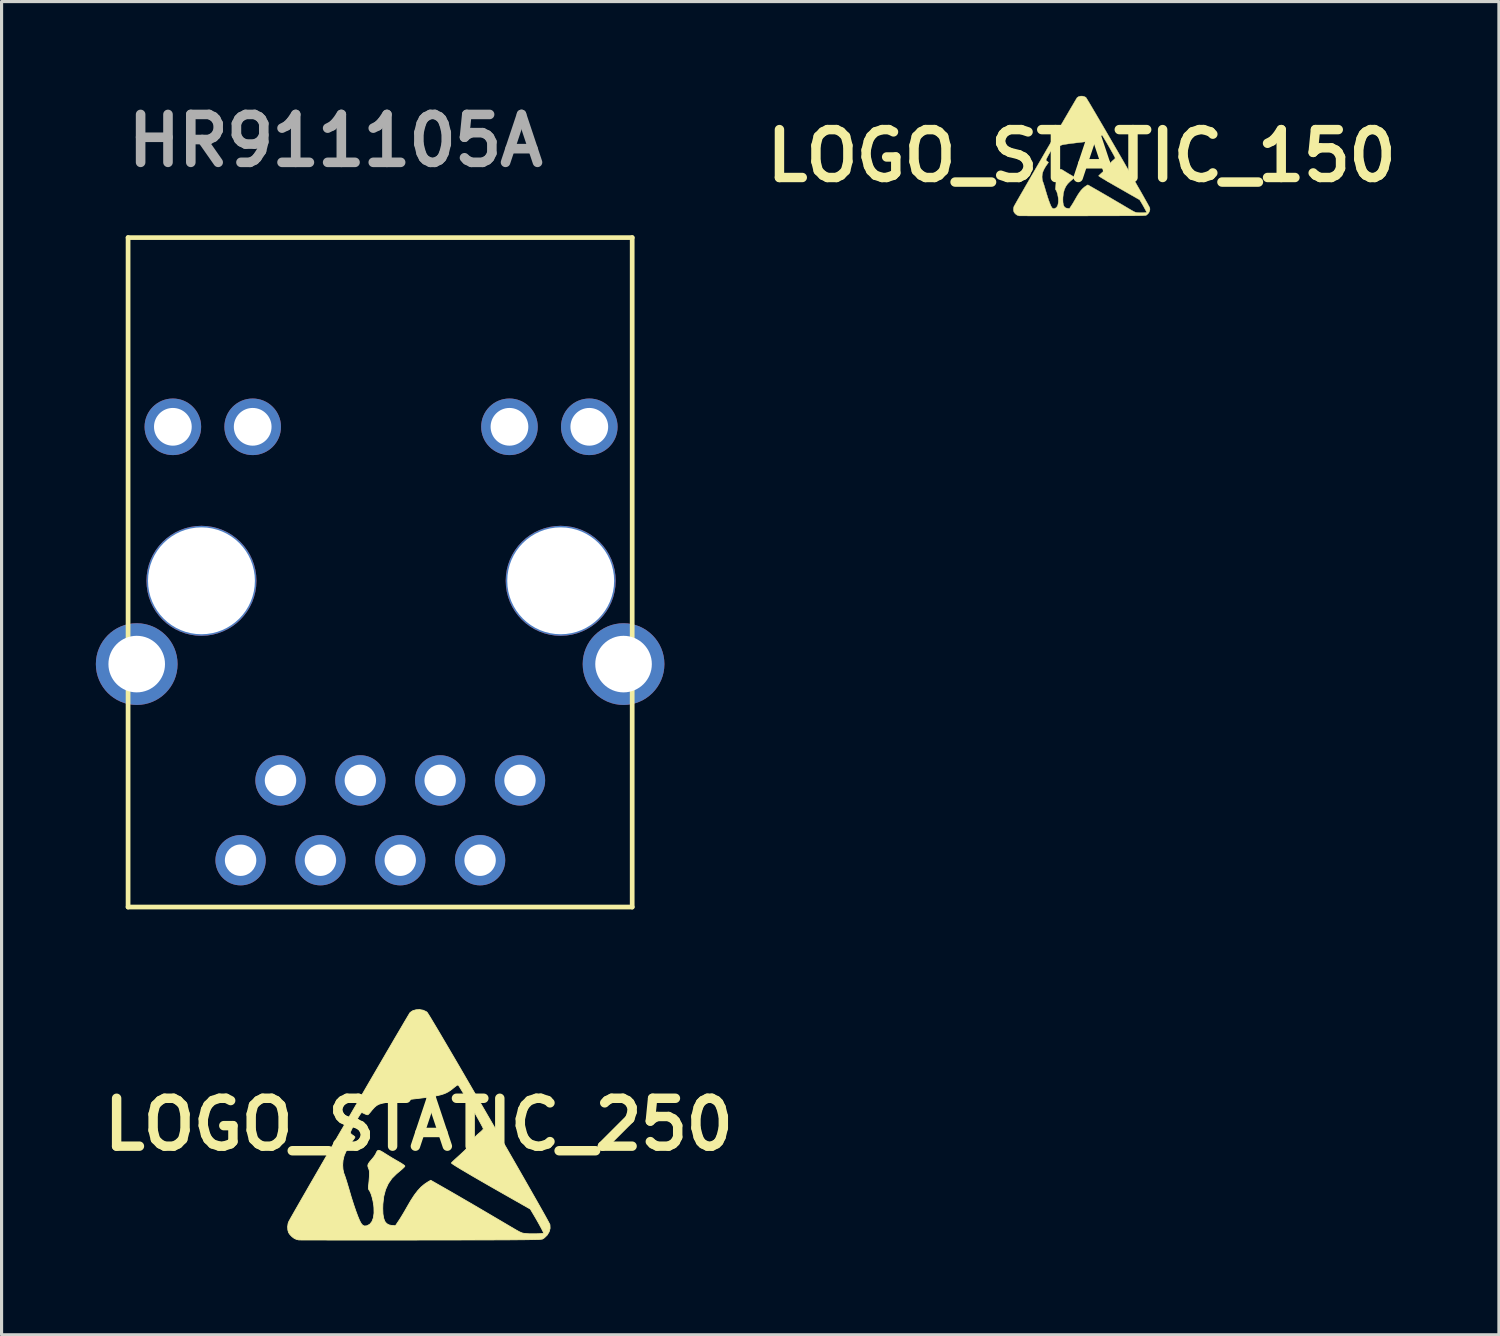
<source format=kicad_pcb>
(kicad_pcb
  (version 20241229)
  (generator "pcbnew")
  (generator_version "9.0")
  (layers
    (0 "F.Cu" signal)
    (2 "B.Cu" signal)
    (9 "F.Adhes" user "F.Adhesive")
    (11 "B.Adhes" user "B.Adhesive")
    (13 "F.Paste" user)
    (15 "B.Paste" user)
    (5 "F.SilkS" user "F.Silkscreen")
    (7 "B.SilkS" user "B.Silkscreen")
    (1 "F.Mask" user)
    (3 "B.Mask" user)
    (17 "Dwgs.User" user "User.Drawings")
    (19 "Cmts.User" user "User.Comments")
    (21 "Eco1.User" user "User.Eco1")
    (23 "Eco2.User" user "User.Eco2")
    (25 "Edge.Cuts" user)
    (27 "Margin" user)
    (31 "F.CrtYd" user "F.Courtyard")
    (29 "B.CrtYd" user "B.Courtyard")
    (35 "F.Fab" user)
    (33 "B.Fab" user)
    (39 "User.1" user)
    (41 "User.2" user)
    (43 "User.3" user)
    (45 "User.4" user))
  (footprint "LOGO_STATIC_250"
    (layer "F.Cu")
    (at 10.276 32.729)
    (property "Reference" "LOGO_STATIC_250" (at 0 0 0) (layer "F.SilkS") (effects (font (size 1.524 1.524) (thickness 0.3))))
    (attr through_hole)
    (fp_poly (pts (xy 4.177 3.303) (xy 4.146 3.415) (xy 4.083 3.52) (xy 3.993 3.607) (xy 3.973 3.62) (xy 3.973 3.462) (xy 3.968 3.442) (xy 3.944 3.391) (xy 3.907 3.317) (xy 3.858 3.226) (xy 3.803 3.126) (xy 3.744 3.022) (xy 3.69 2.929) (xy 3.549 2.692) (xy 2.849 2.294) (xy 2.513 2.103) (xy 2.21 1.93) (xy 1.941 1.775) (xy 1.706 1.639) (xy 1.506 1.521) (xy 1.34 1.423) (xy 1.21 1.344) (xy 1.116 1.284) (xy 1.058 1.245) (xy 1.037 1.225) (xy 1.037 1.225) (xy 1.052 1.206) (xy 1.094 1.165) (xy 1.157 1.106) (xy 1.236 1.034) (xy 1.295 0.981) (xy 1.464 0.824) (xy 1.597 0.683) (xy 1.694 0.559) (xy 1.753 0.453) (xy 1.755 0.45) (xy 1.784 0.406) (xy 1.836 0.349) (xy 1.903 0.289) (xy 1.917 0.277) (xy 1.98 0.223) (xy 2.028 0.176) (xy 2.052 0.144) (xy 2.053 0.138) (xy 2.043 0.111) (xy 2.014 0.052) (xy 1.969 -0.032) (xy 1.911 -0.138) (xy 1.843 -0.26) (xy 1.768 -0.394) (xy 1.688 -0.533) (xy 1.608 -0.673) (xy 1.528 -0.809) (xy 1.454 -0.936) (xy 1.386 -1.049) (xy 1.329 -1.142) (xy 1.286 -1.211) (xy 1.258 -1.251) (xy 1.251 -1.258) (xy 1.226 -1.252) (xy 1.18 -1.224) (xy 1.14 -1.193) (xy 1.068 -1.134) (xy 1.001 -1.083) (xy 0.934 -1.04) (xy 0.863 -1.003) (xy 0.784 -0.971) (xy 0.693 -0.943) (xy 0.585 -0.918) (xy 0.456 -0.894) (xy 0.301 -0.87) (xy 0.117 -0.846) (xy -0.102 -0.82) (xy -0.328 -0.793) (xy -0.484 -0.775) (xy -0.642 -0.755) (xy -0.791 -0.736) (xy -0.921 -0.718) (xy -1.022 -0.703) (xy -1.045 -0.699) (xy -1.171 -0.674) (xy -1.267 -0.645) (xy -1.343 -0.604) (xy -1.413 -0.545) (xy -1.487 -0.462) (xy -1.513 -0.429) (xy -1.561 -0.371) (xy -1.601 -0.328) (xy -1.622 -0.31) (xy -1.655 -0.313) (xy -1.706 -0.332) (xy -1.723 -0.34) (xy -1.775 -0.366) (xy -1.812 -0.38) (xy -1.818 -0.381) (xy -1.838 -0.363) (xy -1.873 -0.315) (xy -1.918 -0.244) (xy -1.97 -0.158) (xy -2.024 -0.063) (xy -2.076 0.032) (xy -2.121 0.12) (xy -2.156 0.193) (xy -2.177 0.245) (xy -2.18 0.262) (xy -2.164 0.292) (xy -2.122 0.328) (xy -2.106 0.339) (xy -2.06 0.371) (xy -2.034 0.397) (xy -2.032 0.402) (xy -2.044 0.427) (xy -2.076 0.473) (xy -2.117 0.527) (xy -2.212 0.663) (xy -2.299 0.817) (xy -2.367 0.97) (xy -2.383 1.016) (xy -2.412 1.144) (xy -2.423 1.285) (xy -2.414 1.424) (xy -2.388 1.545) (xy -2.376 1.577) (xy -2.355 1.632) (xy -2.326 1.719) (xy -2.291 1.829) (xy -2.254 1.952) (xy -2.224 2.053) (xy -2.149 2.311) (xy -2.074 2.546) (xy -2.003 2.754) (xy -1.937 2.931) (xy -1.885 3.054) (xy -1.835 3.149) (xy -1.785 3.206) (xy -1.729 3.23) (xy -1.662 3.224) (xy -1.638 3.217) (xy -1.553 3.167) (xy -1.488 3.082) (xy -1.445 2.966) (xy -1.425 2.819) (xy -1.428 2.646) (xy -1.435 2.572) (xy -1.457 2.44) (xy -1.486 2.316) (xy -1.52 2.208) (xy -1.556 2.127) (xy -1.579 2.093) (xy -1.602 2.05) (xy -1.604 1.987) (xy -1.601 1.964) (xy -1.594 1.901) (xy -1.585 1.812) (xy -1.577 1.712) (xy -1.574 1.677) (xy -1.569 1.576) (xy -1.57 1.505) (xy -1.579 1.451) (xy -1.596 1.402) (xy -1.598 1.396) (xy -1.619 1.341) (xy -1.622 1.294) (xy -1.604 1.246) (xy -1.562 1.186) (xy -1.495 1.108) (xy -1.439 1.04) (xy -1.392 0.973) (xy -1.366 0.926) (xy -1.339 0.867) (xy -1.312 0.832) (xy -1.277 0.821) (xy -1.229 0.835) (xy -1.16 0.872) (xy -1.074 0.926) (xy -0.968 0.992) (xy -0.844 1.068) (xy -0.721 1.14) (xy -0.661 1.174) (xy -0.577 1.223) (xy -0.507 1.268) (xy -0.461 1.302) (xy -0.445 1.32) (xy -0.448 1.333) (xy -0.462 1.351) (xy -0.49 1.379) (xy -0.536 1.422) (xy -0.607 1.482) (xy -0.705 1.565) (xy -0.709 1.568) (xy -0.857 1.715) (xy -0.973 1.882) (xy -1.059 2.073) (xy -1.116 2.289) (xy -1.144 2.534) (xy -1.148 2.669) (xy -1.142 2.842) (xy -1.12 2.978) (xy -1.083 3.08) (xy -1.026 3.151) (xy -0.95 3.194) (xy -0.86 3.213) (xy -0.745 3.222) (xy -0.638 3.063) (xy -0.586 2.983) (xy -0.522 2.878) (xy -0.453 2.762) (xy -0.387 2.647) (xy -0.379 2.632) (xy -0.258 2.424) (xy -0.146 2.251) (xy -0.039 2.11) (xy 0.067 1.995) (xy 0.175 1.903) (xy 0.279 1.833) (xy 0.379 1.775) (xy 0.84 2.038) (xy 1.015 2.138) (xy 1.224 2.259) (xy 1.468 2.401) (xy 1.745 2.562) (xy 2.054 2.743) (xy 2.394 2.943) (xy 2.764 3.161) (xy 3.006 3.304) (xy 3.111 3.365) (xy 3.189 3.408) (xy 3.25 3.437) (xy 3.302 3.455) (xy 3.356 3.465) (xy 3.42 3.472) (xy 3.44 3.473) (xy 3.51 3.477) (xy 3.599 3.478) (xy 3.696 3.478) (xy 3.792 3.476) (xy 3.876 3.473) (xy 3.94 3.469) (xy 3.972 3.463) (xy 3.973 3.462) (xy 3.973 3.62) (xy 3.937 3.643) (xy 3.925 3.647) (xy 3.901 3.65) (xy 3.864 3.654) (xy 3.812 3.656) (xy 3.743 3.659) (xy 3.656 3.661) (xy 3.549 3.663) (xy 3.42 3.665) (xy 3.268 3.667) (xy 3.09 3.668) (xy 2.885 3.67) (xy 2.652 3.671) (xy 2.389 3.672) (xy 2.093 3.673) (xy 1.764 3.674) (xy 1.399 3.674) (xy 0.998 3.675) (xy 0.557 3.676) (xy 0.076 3.676) (xy 0.042 3.676) (xy -0.358 3.677) (xy -0.747 3.677) (xy -1.122 3.677) (xy -1.482 3.677) (xy -1.825 3.677) (xy -2.147 3.677) (xy -2.448 3.677) (xy -2.725 3.677) (xy -2.975 3.676) (xy -3.197 3.676) (xy -3.389 3.676) (xy -3.549 3.675) (xy -3.673 3.675) (xy -3.761 3.674) (xy -3.81 3.673) (xy -3.821 3.673) (xy -3.856 3.663) (xy -3.9 3.653) (xy -3.964 3.624) (xy -4.035 3.57) (xy -4.1 3.503) (xy -4.142 3.442) (xy -4.168 3.357) (xy -4.174 3.253) (xy -4.16 3.152) (xy -4.138 3.09) (xy -4.113 3.045) (xy -4.07 2.967) (xy -4.008 2.858) (xy -3.93 2.721) (xy -3.836 2.557) (xy -3.729 2.37) (xy -3.608 2.161) (xy -3.477 1.932) (xy -3.335 1.687) (xy -3.184 1.426) (xy -3.026 1.152) (xy -2.862 0.868) (xy -2.693 0.576) (xy -2.52 0.277) (xy -2.344 -0.025) (xy -2.168 -0.328) (xy -1.992 -0.631) (xy -1.818 -0.931) (xy -1.647 -1.226) (xy -1.48 -1.513) (xy -1.318 -1.791) (xy -1.163 -2.057) (xy -1.017 -2.308) (xy -0.879 -2.543) (xy -0.753 -2.76) (xy -0.638 -2.955) (xy -0.537 -3.127) (xy -0.451 -3.274) (xy -0.38 -3.393) (xy -0.327 -3.483) (xy -0.292 -3.54) (xy -0.277 -3.563) (xy -0.277 -3.563) (xy -0.195 -3.619) (xy -0.09 -3.65) (xy 0.024 -3.656) (xy 0.135 -3.637) (xy 0.232 -3.593) (xy 0.263 -3.57) (xy 0.281 -3.544) (xy 0.319 -3.484) (xy 0.376 -3.392) (xy 0.449 -3.27) (xy 0.539 -3.12) (xy 0.643 -2.945) (xy 0.76 -2.746) (xy 0.889 -2.527) (xy 1.029 -2.288) (xy 1.178 -2.034) (xy 1.335 -1.765) (xy 1.498 -1.484) (xy 1.667 -1.193) (xy 1.84 -0.895) (xy 2.016 -0.591) (xy 2.193 -0.285) (xy 2.371 0.022) (xy 2.547 0.327) (xy 2.721 0.629) (xy 2.891 0.925) (xy 3.056 1.212) (xy 3.215 1.489) (xy 3.366 1.753) (xy 3.508 2.002) (xy 3.64 2.234) (xy 3.761 2.446) (xy 3.868 2.636) (xy 3.962 2.802) (xy 4.04 2.942) (xy 4.101 3.053) (xy 4.144 3.134) (xy 4.168 3.181) (xy 4.172 3.192) (xy 4.177 3.303)) (stroke (width 0.025) (type solid)) (fill yes) (layer "F.SilkS")))
  (footprint "LOGO_STATIC_150"
    (layer "F.Cu")
    (at 31.366 1.908)
    (property "Reference" "LOGO_STATIC_150" (at 0 0 0) (layer "F.SilkS") (effects (font (size 1.524 1.524) (thickness 0.3))))
    (attr through_hole)
    (fp_poly (pts (xy 2.172 1.718) (xy 2.156 1.776) (xy 2.123 1.83) (xy 2.076 1.876) (xy 2.066 1.882) (xy 2.066 1.8) (xy 2.063 1.79) (xy 2.051 1.763) (xy 2.031 1.725) (xy 2.006 1.678) (xy 1.977 1.625) (xy 1.947 1.571) (xy 1.919 1.523) (xy 1.845 1.4) (xy 1.481 1.193) (xy 1.307 1.093) (xy 1.149 1.003) (xy 1.009 0.923) (xy 0.887 0.852) (xy 0.783 0.791) (xy 0.697 0.74) (xy 0.629 0.699) (xy 0.58 0.668) (xy 0.55 0.647) (xy 0.539 0.637) (xy 0.539 0.637) (xy 0.547 0.627) (xy 0.569 0.606) (xy 0.601 0.575) (xy 0.642 0.538) (xy 0.673 0.51) (xy 0.761 0.428) (xy 0.83 0.355) (xy 0.881 0.29) (xy 0.912 0.235) (xy 0.912 0.234) (xy 0.927 0.211) (xy 0.955 0.182) (xy 0.989 0.15) (xy 0.997 0.144) (xy 1.03 0.116) (xy 1.054 0.091) (xy 1.067 0.075) (xy 1.068 0.072) (xy 1.062 0.058) (xy 1.047 0.027) (xy 1.024 -0.017) (xy 0.994 -0.072) (xy 0.958 -0.135) (xy 0.919 -0.205) (xy 0.878 -0.277) (xy 0.836 -0.35) (xy 0.795 -0.421) (xy 0.756 -0.487) (xy 0.721 -0.545) (xy 0.691 -0.594) (xy 0.669 -0.63) (xy 0.654 -0.65) (xy 0.651 -0.654) (xy 0.637 -0.651) (xy 0.614 -0.637) (xy 0.593 -0.62) (xy 0.555 -0.59) (xy 0.52 -0.563) (xy 0.486 -0.541) (xy 0.449 -0.522) (xy 0.408 -0.505) (xy 0.36 -0.49) (xy 0.304 -0.477) (xy 0.237 -0.465) (xy 0.156 -0.453) (xy 0.061 -0.44) (xy -0.053 -0.426) (xy -0.171 -0.413) (xy -0.252 -0.403) (xy -0.334 -0.393) (xy -0.411 -0.383) (xy -0.479 -0.373) (xy -0.532 -0.365) (xy -0.543 -0.363) (xy -0.609 -0.351) (xy -0.659 -0.335) (xy -0.699 -0.314) (xy -0.735 -0.284) (xy -0.773 -0.24) (xy -0.787 -0.223) (xy -0.812 -0.193) (xy -0.832 -0.171) (xy -0.844 -0.161) (xy -0.861 -0.163) (xy -0.887 -0.173) (xy -0.896 -0.177) (xy -0.923 -0.19) (xy -0.942 -0.198) (xy -0.945 -0.198) (xy -0.956 -0.189) (xy -0.974 -0.164) (xy -0.997 -0.127) (xy -1.024 -0.082) (xy -1.052 -0.033) (xy -1.079 0.016) (xy -1.103 0.062) (xy -1.121 0.101) (xy -1.132 0.127) (xy -1.134 0.136) (xy -1.125 0.152) (xy -1.103 0.171) (xy -1.095 0.176) (xy -1.071 0.193) (xy -1.058 0.206) (xy -1.057 0.209) (xy -1.063 0.222) (xy -1.08 0.246) (xy -1.101 0.274) (xy -1.15 0.345) (xy -1.195 0.425) (xy -1.231 0.504) (xy -1.239 0.528) (xy -1.254 0.595) (xy -1.26 0.668) (xy -1.255 0.741) (xy -1.242 0.804) (xy -1.235 0.82) (xy -1.225 0.849) (xy -1.209 0.894) (xy -1.191 0.951) (xy -1.172 1.015) (xy -1.157 1.068) (xy -1.117 1.201) (xy -1.079 1.324) (xy -1.042 1.432) (xy -1.007 1.524) (xy -0.98 1.588) (xy -0.954 1.637) (xy -0.928 1.667) (xy -0.899 1.679) (xy -0.864 1.676) (xy -0.852 1.673) (xy -0.807 1.647) (xy -0.774 1.603) (xy -0.752 1.542) (xy -0.741 1.466) (xy -0.742 1.376) (xy -0.746 1.337) (xy -0.757 1.269) (xy -0.773 1.204) (xy -0.79 1.148) (xy -0.809 1.106) (xy -0.821 1.088) (xy -0.833 1.066) (xy -0.834 1.033) (xy -0.832 1.021) (xy -0.829 0.989) (xy -0.824 0.942) (xy -0.82 0.89) (xy -0.819 0.872) (xy -0.816 0.819) (xy -0.816 0.782) (xy -0.821 0.754) (xy -0.83 0.729) (xy -0.831 0.726) (xy -0.842 0.698) (xy -0.843 0.673) (xy -0.834 0.648) (xy -0.812 0.617) (xy -0.777 0.576) (xy -0.748 0.541) (xy -0.724 0.506) (xy -0.71 0.482) (xy -0.696 0.451) (xy -0.682 0.433) (xy -0.664 0.427) (xy -0.639 0.434) (xy -0.603 0.454) (xy -0.559 0.481) (xy -0.503 0.516) (xy -0.439 0.555) (xy -0.375 0.593) (xy -0.344 0.61) (xy -0.3 0.636) (xy -0.264 0.659) (xy -0.24 0.677) (xy -0.231 0.686) (xy -0.233 0.693) (xy -0.24 0.703) (xy -0.255 0.717) (xy -0.279 0.739) (xy -0.316 0.771) (xy -0.367 0.814) (xy -0.369 0.815) (xy -0.446 0.892) (xy -0.506 0.979) (xy -0.551 1.078) (xy -0.58 1.19) (xy -0.595 1.318) (xy -0.597 1.388) (xy -0.594 1.478) (xy -0.583 1.548) (xy -0.563 1.602) (xy -0.534 1.639) (xy -0.494 1.661) (xy -0.447 1.671) (xy -0.388 1.676) (xy -0.332 1.593) (xy -0.305 1.551) (xy -0.271 1.497) (xy -0.236 1.436) (xy -0.201 1.376) (xy -0.197 1.368) (xy -0.134 1.26) (xy -0.076 1.171) (xy -0.02 1.097) (xy 0.035 1.038) (xy 0.091 0.99) (xy 0.145 0.953) (xy 0.197 0.923) (xy 0.437 1.06) (xy 0.528 1.112) (xy 0.637 1.175) (xy 0.763 1.248) (xy 0.907 1.332) (xy 1.068 1.427) (xy 1.245 1.53) (xy 1.437 1.644) (xy 1.563 1.718) (xy 1.618 1.75) (xy 1.658 1.772) (xy 1.69 1.787) (xy 1.717 1.796) (xy 1.745 1.802) (xy 1.778 1.805) (xy 1.789 1.806) (xy 1.825 1.808) (xy 1.872 1.809) (xy 1.922 1.809) (xy 1.972 1.808) (xy 2.016 1.806) (xy 2.049 1.804) (xy 2.065 1.801) (xy 2.066 1.8) (xy 2.066 1.882) (xy 2.047 1.895) (xy 2.041 1.896) (xy 2.029 1.898) (xy 2.009 1.9) (xy 1.982 1.901) (xy 1.947 1.903) (xy 1.901 1.904) (xy 1.845 1.905) (xy 1.778 1.906) (xy 1.699 1.907) (xy 1.607 1.908) (xy 1.5 1.908) (xy 1.379 1.909) (xy 1.242 1.909) (xy 1.088 1.91) (xy 0.917 1.91) (xy 0.728 1.911) (xy 0.519 1.911) (xy 0.29 1.911) (xy 0.039 1.912) (xy 0.022 1.912) (xy -0.186 1.912) (xy -0.388 1.912) (xy -0.584 1.912) (xy -0.771 1.912) (xy -0.949 1.912) (xy -1.117 1.912) (xy -1.273 1.912) (xy -1.417 1.912) (xy -1.547 1.912) (xy -1.663 1.912) (xy -1.762 1.911) (xy -1.845 1.911) (xy -1.91 1.911) (xy -1.956 1.91) (xy -1.981 1.91) (xy -1.987 1.91) (xy -2.005 1.905) (xy -2.028 1.899) (xy -2.061 1.884) (xy -2.098 1.857) (xy -2.132 1.822) (xy -2.154 1.79) (xy -2.168 1.745) (xy -2.171 1.692) (xy -2.163 1.639) (xy -2.152 1.607) (xy -2.139 1.583) (xy -2.116 1.543) (xy -2.084 1.486) (xy -2.044 1.415) (xy -1.995 1.33) (xy -1.939 1.232) (xy -1.876 1.124) (xy -1.808 1.005) (xy -1.734 0.877) (xy -1.656 0.741) (xy -1.574 0.599) (xy -1.488 0.451) (xy -1.4 0.299) (xy -1.31 0.144) (xy -1.219 -0.013) (xy -1.128 -0.171) (xy -1.036 -0.328) (xy -0.945 -0.484) (xy -0.856 -0.638) (xy -0.769 -0.787) (xy -0.685 -0.931) (xy -0.605 -1.069) (xy -0.529 -1.2) (xy -0.457 -1.322) (xy -0.392 -1.435) (xy -0.332 -1.537) (xy -0.279 -1.626) (xy -0.234 -1.703) (xy -0.198 -1.765) (xy -0.17 -1.811) (xy -0.152 -1.841) (xy -0.144 -1.853) (xy -0.144 -1.853) (xy -0.101 -1.882) (xy -0.047 -1.898) (xy 0.012 -1.901) (xy 0.07 -1.891) (xy 0.121 -1.868) (xy 0.137 -1.856) (xy 0.146 -1.843) (xy 0.166 -1.812) (xy 0.195 -1.764) (xy 0.234 -1.7) (xy 0.28 -1.623) (xy 0.334 -1.531) (xy 0.395 -1.428) (xy 0.462 -1.314) (xy 0.535 -1.19) (xy 0.612 -1.058) (xy 0.694 -0.918) (xy 0.779 -0.772) (xy 0.867 -0.62) (xy 0.957 -0.465) (xy 1.048 -0.308) (xy 1.141 -0.148) (xy 1.233 0.011) (xy 1.325 0.17) (xy 1.415 0.327) (xy 1.503 0.481) (xy 1.589 0.63) (xy 1.672 0.774) (xy 1.75 0.912) (xy 1.824 1.041) (xy 1.893 1.161) (xy 1.956 1.272) (xy 2.011 1.371) (xy 2.06 1.457) (xy 2.101 1.53) (xy 2.132 1.588) (xy 2.155 1.63) (xy 2.167 1.654) (xy 2.169 1.66) (xy 2.172 1.718)) (stroke (width 0.013) (type solid)) (fill yes) (layer "F.SilkS")))
  (footprint "HR911105A"
    (layer "F.Cu")
    (at 1.025 25.81)
    (property "Reference" "HR911105A" (at 6.604 -24.384 0) (layer "F.Fab") (effects (font (size 1.524 1.524) (thickness 0.305))))
    (attr through_hole)
    (fp_line (start 0 -21.3) (end 16.04 -21.3) (stroke (width 0.15) (type solid)) (layer "F.SilkS"))
    (fp_line (start 0 0) (end 0 -21.3) (stroke (width 0.15) (type solid)) (layer "F.SilkS"))
    (fp_line (start 0 0) (end 16.04 0) (stroke (width 0.15) (type solid)) (layer "F.SilkS"))
    (fp_line (start 16.04 0) (end 16.04 -21.3) (stroke (width 0.15) (type solid)) (layer "F.SilkS"))
    (pad "1" thru_hole circle (at 12.47 -4.03) (size 1.6 1.6) (drill 1) (layers "*.Cu" "*.Mask"))
    (pad "2" thru_hole circle (at 11.2 -1.49) (size 1.6 1.6) (drill 1) (layers "*.Cu" "*.Mask"))
    (pad "3" thru_hole circle (at 9.93 -4.03) (size 1.6 1.6) (drill 1) (layers "*.Cu" "*.Mask"))
    (pad "4" thru_hole circle (at 8.66 -1.49) (size 1.6 1.6) (drill 1) (layers "*.Cu" "*.Mask"))
    (pad "5" thru_hole circle (at 7.39 -4.03) (size 1.6 1.6) (drill 1) (layers "*.Cu" "*.Mask"))
    (pad "6" thru_hole circle (at 6.12 -1.49) (size 1.6 1.6) (drill 1) (layers "*.Cu" "*.Mask"))
    (pad "7" thru_hole circle (at 4.85 -4.03) (size 1.6 1.6) (drill 1) (layers "*.Cu" "*.Mask"))
    (pad "8" thru_hole circle (at 3.58 -1.49) (size 1.6 1.6) (drill 1) (layers "*.Cu" "*.Mask"))
    (pad "9" thru_hole circle (at 14.675 -15.28) (size 1.8 1.8) (drill 1.2) (layers "*.Cu" "*.Mask"))
    (pad "10" thru_hole circle (at 12.135 -15.28) (size 1.8 1.8) (drill 1.2) (layers "*.Cu" "*.Mask"))
    (pad "11" thru_hole circle (at 3.965 -15.28) (size 1.8 1.8) (drill 1.2) (layers "*.Cu" "*.Mask"))
    (pad "12" thru_hole circle (at 1.425 -15.28) (size 1.8 1.8) (drill 1.2) (layers "*.Cu" "*.Mask"))
    (pad "13" thru_hole circle (at 0.275 -7.73) (size 2.6 2.6) (drill 1.8) (layers "*.Cu" "*.Mask"))
    (pad "14" thru_hole circle (at 15.765 -7.73) (size 2.6 2.6) (drill 1.8) (layers "*.Cu" "*.Mask"))
    (pad "H1" thru_hole circle (at 2.335 -10.38) (size 3.5 3.5) (drill 3.4) (layers "*.Cu" "*.Mask"))
    (pad "H2" thru_hole circle (at 13.765 -10.38) (size 3.5 3.5) (drill 3.4) (layers "*.Cu" "*.Mask")))
  (gr_rect
    (start -3 -3)
    (end 44.642 39.419)
    (stroke (width 0.1) (type default))
    (fill no)
    (layer "Edge.Cuts")))
</source>
